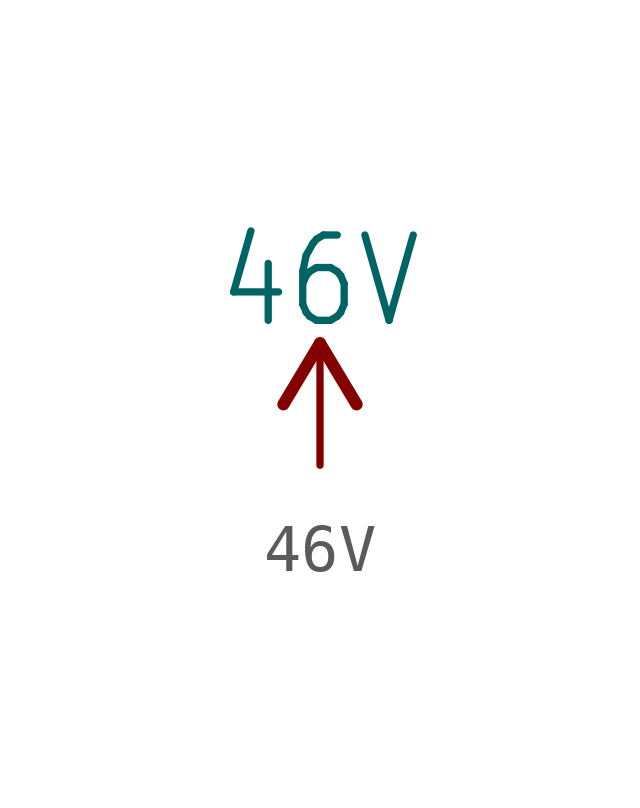
<source format=kicad_sym>
(kicad_symbol_lib
  (version 20220914)
  (generator kicad_symbol_editor)
  (symbol "46V"
    (power)
    (property "Reference" ""
      (at 0 0 0)
      (effects (font (size 1.27 1.27)) hide))
    (property "Value" "46V"
      (at 0 2.794 0)
      (effects (font (size 1.778 1.511)) (justify bottom)))
    (property "ki_locked" ""
      (at 0 0 0)
      (effects (font (size 1.27 1.27))))
    (symbol "46V_1_0"
      (polyline (pts (xy 0 2.54) (xy -0.762 1.27)) (stroke (width 0.254) (type solid)) (fill (type none)))
      (polyline (pts (xy 0.762 1.27) (xy 0 2.54)) (stroke (width 0.254) (type solid)) (fill (type none)))
      (pin power_in line (at 0 0 90) (length 2.54) (name "46V" (effects (font (size 0 0)))) (number "1" (effects (font (size 0 0))))))))
</source>
